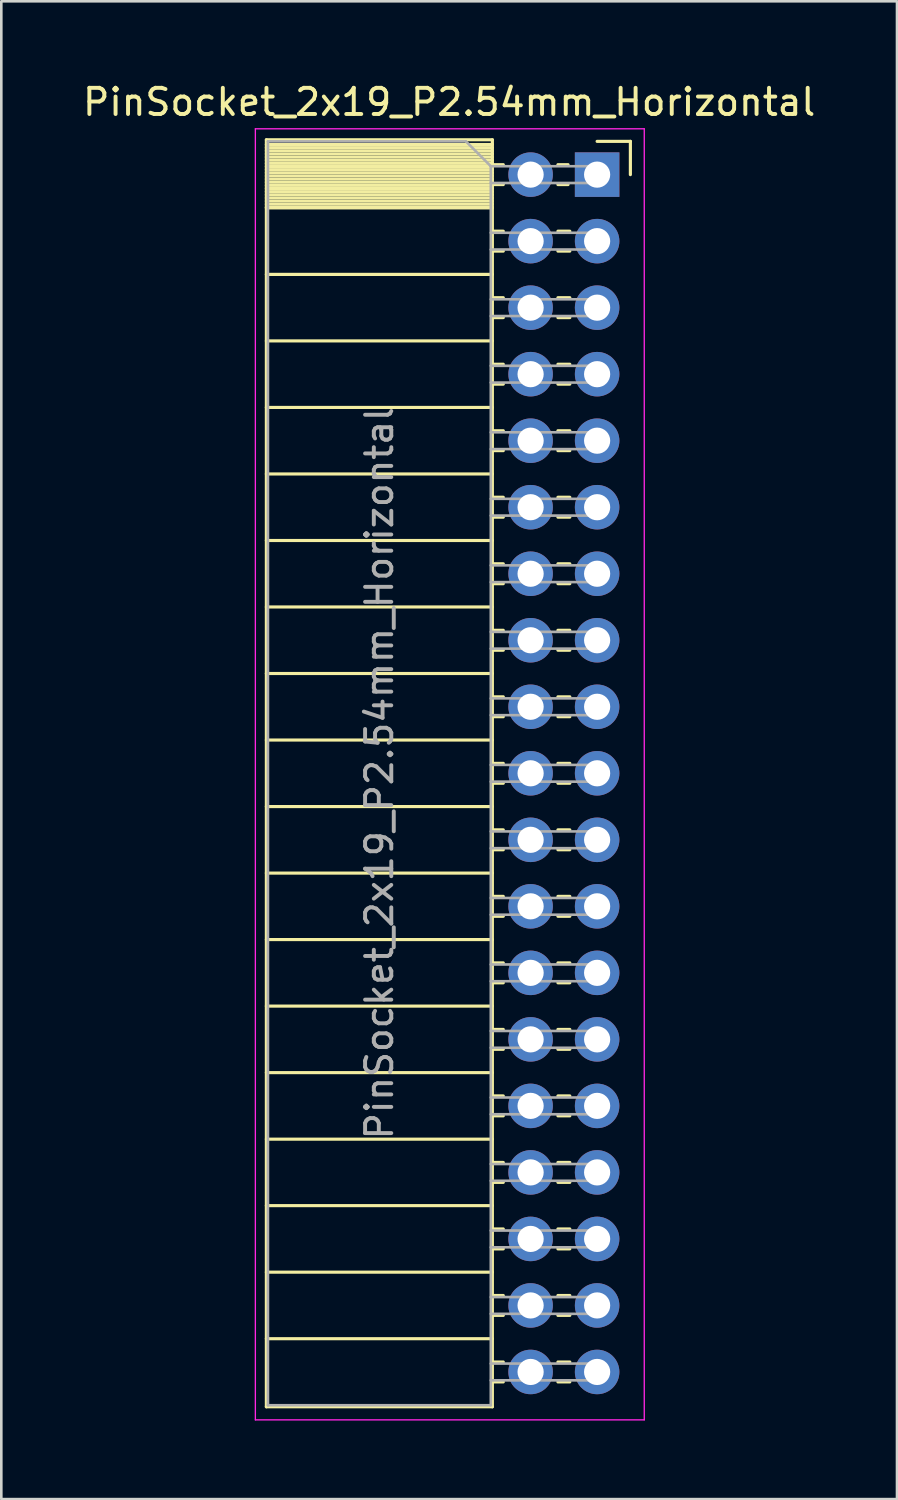
<source format=kicad_pcb>
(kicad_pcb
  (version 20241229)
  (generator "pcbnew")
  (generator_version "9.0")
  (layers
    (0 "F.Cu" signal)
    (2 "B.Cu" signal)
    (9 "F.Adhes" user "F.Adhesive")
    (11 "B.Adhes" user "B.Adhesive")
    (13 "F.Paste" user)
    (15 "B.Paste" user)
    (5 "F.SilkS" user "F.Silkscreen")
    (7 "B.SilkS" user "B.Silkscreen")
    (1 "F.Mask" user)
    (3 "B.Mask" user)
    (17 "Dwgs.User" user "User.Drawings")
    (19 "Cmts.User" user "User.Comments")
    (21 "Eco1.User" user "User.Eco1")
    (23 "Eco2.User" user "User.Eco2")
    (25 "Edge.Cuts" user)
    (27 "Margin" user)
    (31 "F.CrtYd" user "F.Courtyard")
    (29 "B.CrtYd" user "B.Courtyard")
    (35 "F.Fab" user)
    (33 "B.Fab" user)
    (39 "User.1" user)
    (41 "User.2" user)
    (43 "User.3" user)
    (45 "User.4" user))
  (footprint "PinSocket_2x19_P2.54mm_Horizontal"
    (layer "F.Cu")
    (at 19.751 3.618)
    (property "Reference" "PinSocket_2x19_P2.54mm_Horizontal" (at -5.65 -2.77 0) (layer "F.SilkS") (effects (font (size 1 1) (thickness 0.15))))
    (attr through_hole)
    (fp_line (start -12.63 -1.33) (end -12.63 47.05) (stroke (width 0.12) (type solid)) (layer "F.SilkS"))
    (fp_line (start -12.63 -1.33) (end -4 -1.33) (stroke (width 0.12) (type solid)) (layer "F.SilkS"))
    (fp_line (start -12.63 -1.15) (end -4 -1.15) (stroke (width 0.12) (type solid)) (layer "F.SilkS"))
    (fp_line (start -12.63 -1.03) (end -4 -1.03) (stroke (width 0.12) (type solid)) (layer "F.SilkS"))
    (fp_line (start -12.63 -0.91) (end -4 -0.91) (stroke (width 0.12) (type solid)) (layer "F.SilkS"))
    (fp_line (start -12.63 -0.79) (end -4 -0.79) (stroke (width 0.12) (type solid)) (layer "F.SilkS"))
    (fp_line (start -12.63 -0.67) (end -4 -0.67) (stroke (width 0.12) (type solid)) (layer "F.SilkS"))
    (fp_line (start -12.63 -0.55) (end -4 -0.55) (stroke (width 0.12) (type solid)) (layer "F.SilkS"))
    (fp_line (start -12.63 -0.43) (end -4 -0.43) (stroke (width 0.12) (type solid)) (layer "F.SilkS"))
    (fp_line (start -12.63 -0.31) (end -4 -0.31) (stroke (width 0.12) (type solid)) (layer "F.SilkS"))
    (fp_line (start -12.63 -0.19) (end -4 -0.19) (stroke (width 0.12) (type solid)) (layer "F.SilkS"))
    (fp_line (start -12.63 -0.07) (end -4 -0.07) (stroke (width 0.12) (type solid)) (layer "F.SilkS"))
    (fp_line (start -12.63 0.05) (end -4 0.05) (stroke (width 0.12) (type solid)) (layer "F.SilkS"))
    (fp_line (start -12.63 0.17) (end -4 0.17) (stroke (width 0.12) (type solid)) (layer "F.SilkS"))
    (fp_line (start -12.63 0.29) (end -4 0.29) (stroke (width 0.12) (type solid)) (layer "F.SilkS"))
    (fp_line (start -12.63 0.41) (end -4 0.41) (stroke (width 0.12) (type solid)) (layer "F.SilkS"))
    (fp_line (start -12.63 0.53) (end -4 0.53) (stroke (width 0.12) (type solid)) (layer "F.SilkS"))
    (fp_line (start -12.63 0.65) (end -4 0.65) (stroke (width 0.12) (type solid)) (layer "F.SilkS"))
    (fp_line (start -12.63 0.77) (end -4 0.77) (stroke (width 0.12) (type solid)) (layer "F.SilkS"))
    (fp_line (start -12.63 0.89) (end -4 0.89) (stroke (width 0.12) (type solid)) (layer "F.SilkS"))
    (fp_line (start -12.63 1.01) (end -4 1.01) (stroke (width 0.12) (type solid)) (layer "F.SilkS"))
    (fp_line (start -12.63 1.13) (end -4 1.13) (stroke (width 0.12) (type solid)) (layer "F.SilkS"))
    (fp_line (start -12.63 1.25) (end -4 1.25) (stroke (width 0.12) (type solid)) (layer "F.SilkS"))
    (fp_line (start -12.63 1.27) (end -4 1.27) (stroke (width 0.12) (type solid)) (layer "F.SilkS"))
    (fp_line (start -12.63 3.81) (end -4 3.81) (stroke (width 0.12) (type solid)) (layer "F.SilkS"))
    (fp_line (start -12.63 6.35) (end -4 6.35) (stroke (width 0.12) (type solid)) (layer "F.SilkS"))
    (fp_line (start -12.63 8.89) (end -4 8.89) (stroke (width 0.12) (type solid)) (layer "F.SilkS"))
    (fp_line (start -12.63 11.43) (end -4 11.43) (stroke (width 0.12) (type solid)) (layer "F.SilkS"))
    (fp_line (start -12.63 13.97) (end -4 13.97) (stroke (width 0.12) (type solid)) (layer "F.SilkS"))
    (fp_line (start -12.63 16.51) (end -4 16.51) (stroke (width 0.12) (type solid)) (layer "F.SilkS"))
    (fp_line (start -12.63 19.05) (end -4 19.05) (stroke (width 0.12) (type solid)) (layer "F.SilkS"))
    (fp_line (start -12.63 21.59) (end -4 21.59) (stroke (width 0.12) (type solid)) (layer "F.SilkS"))
    (fp_line (start -12.63 24.13) (end -4 24.13) (stroke (width 0.12) (type solid)) (layer "F.SilkS"))
    (fp_line (start -12.63 26.67) (end -4 26.67) (stroke (width 0.12) (type solid)) (layer "F.SilkS"))
    (fp_line (start -12.63 29.21) (end -4 29.21) (stroke (width 0.12) (type solid)) (layer "F.SilkS"))
    (fp_line (start -12.63 31.75) (end -4 31.75) (stroke (width 0.12) (type solid)) (layer "F.SilkS"))
    (fp_line (start -12.63 34.29) (end -4 34.29) (stroke (width 0.12) (type solid)) (layer "F.SilkS"))
    (fp_line (start -12.63 36.83) (end -4 36.83) (stroke (width 0.12) (type solid)) (layer "F.SilkS"))
    (fp_line (start -12.63 39.37) (end -4 39.37) (stroke (width 0.12) (type solid)) (layer "F.SilkS"))
    (fp_line (start -12.63 41.91) (end -4 41.91) (stroke (width 0.12) (type solid)) (layer "F.SilkS"))
    (fp_line (start -12.63 44.45) (end -4 44.45) (stroke (width 0.12) (type solid)) (layer "F.SilkS"))
    (fp_line (start -12.63 47.05) (end -4 47.05) (stroke (width 0.12) (type solid)) (layer "F.SilkS"))
    (fp_line (start -4 -1.33) (end -4 47.05) (stroke (width 0.12) (type solid)) (layer "F.SilkS"))
    (fp_line (start -4 -0.38) (end -3.583 -0.38) (stroke (width 0.12) (type solid)) (layer "F.SilkS"))
    (fp_line (start -4 0.38) (end -3.583 0.38) (stroke (width 0.12) (type solid)) (layer "F.SilkS"))
    (fp_line (start -4 2.16) (end -3.583 2.16) (stroke (width 0.12) (type solid)) (layer "F.SilkS"))
    (fp_line (start -4 2.92) (end -3.583 2.92) (stroke (width 0.12) (type solid)) (layer "F.SilkS"))
    (fp_line (start -4 4.7) (end -3.583 4.7) (stroke (width 0.12) (type solid)) (layer "F.SilkS"))
    (fp_line (start -4 5.46) (end -3.583 5.46) (stroke (width 0.12) (type solid)) (layer "F.SilkS"))
    (fp_line (start -4 7.24) (end -3.583 7.24) (stroke (width 0.12) (type solid)) (layer "F.SilkS"))
    (fp_line (start -4 8) (end -3.583 8) (stroke (width 0.12) (type solid)) (layer "F.SilkS"))
    (fp_line (start -4 9.78) (end -3.583 9.78) (stroke (width 0.12) (type solid)) (layer "F.SilkS"))
    (fp_line (start -4 10.54) (end -3.583 10.54) (stroke (width 0.12) (type solid)) (layer "F.SilkS"))
    (fp_line (start -4 12.32) (end -3.583 12.32) (stroke (width 0.12) (type solid)) (layer "F.SilkS"))
    (fp_line (start -4 13.08) (end -3.583 13.08) (stroke (width 0.12) (type solid)) (layer "F.SilkS"))
    (fp_line (start -4 14.86) (end -3.583 14.86) (stroke (width 0.12) (type solid)) (layer "F.SilkS"))
    (fp_line (start -4 15.62) (end -3.583 15.62) (stroke (width 0.12) (type solid)) (layer "F.SilkS"))
    (fp_line (start -4 17.4) (end -3.583 17.4) (stroke (width 0.12) (type solid)) (layer "F.SilkS"))
    (fp_line (start -4 18.16) (end -3.583 18.16) (stroke (width 0.12) (type solid)) (layer "F.SilkS"))
    (fp_line (start -4 19.94) (end -3.583 19.94) (stroke (width 0.12) (type solid)) (layer "F.SilkS"))
    (fp_line (start -4 20.7) (end -3.583 20.7) (stroke (width 0.12) (type solid)) (layer "F.SilkS"))
    (fp_line (start -4 22.48) (end -3.583 22.48) (stroke (width 0.12) (type solid)) (layer "F.SilkS"))
    (fp_line (start -4 23.24) (end -3.583 23.24) (stroke (width 0.12) (type solid)) (layer "F.SilkS"))
    (fp_line (start -4 25.02) (end -3.583 25.02) (stroke (width 0.12) (type solid)) (layer "F.SilkS"))
    (fp_line (start -4 25.78) (end -3.583 25.78) (stroke (width 0.12) (type solid)) (layer "F.SilkS"))
    (fp_line (start -4 27.56) (end -3.583 27.56) (stroke (width 0.12) (type solid)) (layer "F.SilkS"))
    (fp_line (start -4 28.32) (end -3.583 28.32) (stroke (width 0.12) (type solid)) (layer "F.SilkS"))
    (fp_line (start -4 30.1) (end -3.583 30.1) (stroke (width 0.12) (type solid)) (layer "F.SilkS"))
    (fp_line (start -4 30.86) (end -3.583 30.86) (stroke (width 0.12) (type solid)) (layer "F.SilkS"))
    (fp_line (start -4 32.64) (end -3.583 32.64) (stroke (width 0.12) (type solid)) (layer "F.SilkS"))
    (fp_line (start -4 33.4) (end -3.583 33.4) (stroke (width 0.12) (type solid)) (layer "F.SilkS"))
    (fp_line (start -4 35.18) (end -3.583 35.18) (stroke (width 0.12) (type solid)) (layer "F.SilkS"))
    (fp_line (start -4 35.94) (end -3.583 35.94) (stroke (width 0.12) (type solid)) (layer "F.SilkS"))
    (fp_line (start -4 37.72) (end -3.583 37.72) (stroke (width 0.12) (type solid)) (layer "F.SilkS"))
    (fp_line (start -4 38.48) (end -3.583 38.48) (stroke (width 0.12) (type solid)) (layer "F.SilkS"))
    (fp_line (start -4 40.26) (end -3.583 40.26) (stroke (width 0.12) (type solid)) (layer "F.SilkS"))
    (fp_line (start -4 41.02) (end -3.583 41.02) (stroke (width 0.12) (type solid)) (layer "F.SilkS"))
    (fp_line (start -4 42.8) (end -3.583 42.8) (stroke (width 0.12) (type solid)) (layer "F.SilkS"))
    (fp_line (start -4 43.56) (end -3.583 43.56) (stroke (width 0.12) (type solid)) (layer "F.SilkS"))
    (fp_line (start -4 45.34) (end -3.583 45.34) (stroke (width 0.12) (type solid)) (layer "F.SilkS"))
    (fp_line (start -4 46.1) (end -3.583 46.1) (stroke (width 0.12) (type solid)) (layer "F.SilkS"))
    (fp_line (start -1.497 -0.38) (end -1.11 -0.38) (stroke (width 0.12) (type solid)) (layer "F.SilkS"))
    (fp_line (start -1.497 0.38) (end -1.11 0.38) (stroke (width 0.12) (type solid)) (layer "F.SilkS"))
    (fp_line (start -1.497 2.16) (end -1.043 2.16) (stroke (width 0.12) (type solid)) (layer "F.SilkS"))
    (fp_line (start -1.497 2.92) (end -1.043 2.92) (stroke (width 0.12) (type solid)) (layer "F.SilkS"))
    (fp_line (start -1.497 4.7) (end -1.043 4.7) (stroke (width 0.12) (type solid)) (layer "F.SilkS"))
    (fp_line (start -1.497 5.46) (end -1.043 5.46) (stroke (width 0.12) (type solid)) (layer "F.SilkS"))
    (fp_line (start -1.497 7.24) (end -1.043 7.24) (stroke (width 0.12) (type solid)) (layer "F.SilkS"))
    (fp_line (start -1.497 8) (end -1.043 8) (stroke (width 0.12) (type solid)) (layer "F.SilkS"))
    (fp_line (start -1.497 9.78) (end -1.043 9.78) (stroke (width 0.12) (type solid)) (layer "F.SilkS"))
    (fp_line (start -1.497 10.54) (end -1.043 10.54) (stroke (width 0.12) (type solid)) (layer "F.SilkS"))
    (fp_line (start -1.497 12.32) (end -1.043 12.32) (stroke (width 0.12) (type solid)) (layer "F.SilkS"))
    (fp_line (start -1.497 13.08) (end -1.043 13.08) (stroke (width 0.12) (type solid)) (layer "F.SilkS"))
    (fp_line (start -1.497 14.86) (end -1.043 14.86) (stroke (width 0.12) (type solid)) (layer "F.SilkS"))
    (fp_line (start -1.497 15.62) (end -1.043 15.62) (stroke (width 0.12) (type solid)) (layer "F.SilkS"))
    (fp_line (start -1.497 17.4) (end -1.043 17.4) (stroke (width 0.12) (type solid)) (layer "F.SilkS"))
    (fp_line (start -1.497 18.16) (end -1.043 18.16) (stroke (width 0.12) (type solid)) (layer "F.SilkS"))
    (fp_line (start -1.497 19.94) (end -1.043 19.94) (stroke (width 0.12) (type solid)) (layer "F.SilkS"))
    (fp_line (start -1.497 20.7) (end -1.043 20.7) (stroke (width 0.12) (type solid)) (layer "F.SilkS"))
    (fp_line (start -1.497 22.48) (end -1.043 22.48) (stroke (width 0.12) (type solid)) (layer "F.SilkS"))
    (fp_line (start -1.497 23.24) (end -1.043 23.24) (stroke (width 0.12) (type solid)) (layer "F.SilkS"))
    (fp_line (start -1.497 25.02) (end -1.043 25.02) (stroke (width 0.12) (type solid)) (layer "F.SilkS"))
    (fp_line (start -1.497 25.78) (end -1.043 25.78) (stroke (width 0.12) (type solid)) (layer "F.SilkS"))
    (fp_line (start -1.497 27.56) (end -1.043 27.56) (stroke (width 0.12) (type solid)) (layer "F.SilkS"))
    (fp_line (start -1.497 28.32) (end -1.043 28.32) (stroke (width 0.12) (type solid)) (layer "F.SilkS"))
    (fp_line (start -1.497 30.1) (end -1.043 30.1) (stroke (width 0.12) (type solid)) (layer "F.SilkS"))
    (fp_line (start -1.497 30.86) (end -1.043 30.86) (stroke (width 0.12) (type solid)) (layer "F.SilkS"))
    (fp_line (start -1.497 32.64) (end -1.043 32.64) (stroke (width 0.12) (type solid)) (layer "F.SilkS"))
    (fp_line (start -1.497 33.4) (end -1.043 33.4) (stroke (width 0.12) (type solid)) (layer "F.SilkS"))
    (fp_line (start -1.497 35.18) (end -1.043 35.18) (stroke (width 0.12) (type solid)) (layer "F.SilkS"))
    (fp_line (start -1.497 35.94) (end -1.043 35.94) (stroke (width 0.12) (type solid)) (layer "F.SilkS"))
    (fp_line (start -1.497 37.72) (end -1.043 37.72) (stroke (width 0.12) (type solid)) (layer "F.SilkS"))
    (fp_line (start -1.497 38.48) (end -1.043 38.48) (stroke (width 0.12) (type solid)) (layer "F.SilkS"))
    (fp_line (start -1.497 40.26) (end -1.043 40.26) (stroke (width 0.12) (type solid)) (layer "F.SilkS"))
    (fp_line (start -1.497 41.02) (end -1.043 41.02) (stroke (width 0.12) (type solid)) (layer "F.SilkS"))
    (fp_line (start -1.497 42.8) (end -1.043 42.8) (stroke (width 0.12) (type solid)) (layer "F.SilkS"))
    (fp_line (start -1.497 43.56) (end -1.043 43.56) (stroke (width 0.12) (type solid)) (layer "F.SilkS"))
    (fp_line (start -1.497 45.34) (end -1.043 45.34) (stroke (width 0.12) (type solid)) (layer "F.SilkS"))
    (fp_line (start -1.497 46.1) (end -1.043 46.1) (stroke (width 0.12) (type solid)) (layer "F.SilkS"))
    (fp_line (start 0 -1.27) (end 1.27 -1.27) (stroke (width 0.12) (type solid)) (layer "F.SilkS"))
    (fp_line (start 1.27 -1.27) (end 1.27 0) (stroke (width 0.12) (type solid)) (layer "F.SilkS"))
    (fp_line (start -13.05 -1.75) (end -13.05 47.55) (stroke (width 0.05) (type solid)) (layer "F.CrtYd"))
    (fp_line (start -13.05 47.55) (end 1.8 47.55) (stroke (width 0.05) (type solid)) (layer "F.CrtYd"))
    (fp_line (start 1.8 -1.75) (end -13.05 -1.75) (stroke (width 0.05) (type solid)) (layer "F.CrtYd"))
    (fp_line (start 1.8 47.55) (end 1.8 -1.75) (stroke (width 0.05) (type solid)) (layer "F.CrtYd"))
    (fp_line (start -12.57 -1.27) (end -5.01 -1.27) (stroke (width 0.1) (type solid)) (layer "F.Fab"))
    (fp_line (start -12.57 46.99) (end -12.57 -1.27) (stroke (width 0.1) (type solid)) (layer "F.Fab"))
    (fp_line (start -5.01 -1.27) (end -4.06 -0.32) (stroke (width 0.1) (type solid)) (layer "F.Fab"))
    (fp_line (start -4.06 -0.32) (end -4.06 46.99) (stroke (width 0.1) (type solid)) (layer "F.Fab"))
    (fp_line (start -4.06 0.32) (end 0 0.32) (stroke (width 0.1) (type solid)) (layer "F.Fab"))
    (fp_line (start -4.06 2.86) (end 0 2.86) (stroke (width 0.1) (type solid)) (layer "F.Fab"))
    (fp_line (start -4.06 5.4) (end 0 5.4) (stroke (width 0.1) (type solid)) (layer "F.Fab"))
    (fp_line (start -4.06 7.94) (end 0 7.94) (stroke (width 0.1) (type solid)) (layer "F.Fab"))
    (fp_line (start -4.06 10.48) (end 0 10.48) (stroke (width 0.1) (type solid)) (layer "F.Fab"))
    (fp_line (start -4.06 13.02) (end 0 13.02) (stroke (width 0.1) (type solid)) (layer "F.Fab"))
    (fp_line (start -4.06 15.56) (end 0 15.56) (stroke (width 0.1) (type solid)) (layer "F.Fab"))
    (fp_line (start -4.06 18.1) (end 0 18.1) (stroke (width 0.1) (type solid)) (layer "F.Fab"))
    (fp_line (start -4.06 20.64) (end 0 20.64) (stroke (width 0.1) (type solid)) (layer "F.Fab"))
    (fp_line (start -4.06 23.18) (end 0 23.18) (stroke (width 0.1) (type solid)) (layer "F.Fab"))
    (fp_line (start -4.06 25.72) (end 0 25.72) (stroke (width 0.1) (type solid)) (layer "F.Fab"))
    (fp_line (start -4.06 28.26) (end 0 28.26) (stroke (width 0.1) (type solid)) (layer "F.Fab"))
    (fp_line (start -4.06 30.8) (end 0 30.8) (stroke (width 0.1) (type solid)) (layer "F.Fab"))
    (fp_line (start -4.06 33.34) (end 0 33.34) (stroke (width 0.1) (type solid)) (layer "F.Fab"))
    (fp_line (start -4.06 35.88) (end 0 35.88) (stroke (width 0.1) (type solid)) (layer "F.Fab"))
    (fp_line (start -4.06 38.42) (end 0 38.42) (stroke (width 0.1) (type solid)) (layer "F.Fab"))
    (fp_line (start -4.06 40.96) (end 0 40.96) (stroke (width 0.1) (type solid)) (layer "F.Fab"))
    (fp_line (start -4.06 43.5) (end 0 43.5) (stroke (width 0.1) (type solid)) (layer "F.Fab"))
    (fp_line (start -4.06 46.04) (end 0 46.04) (stroke (width 0.1) (type solid)) (layer "F.Fab"))
    (fp_line (start -4.06 46.99) (end -12.57 46.99) (stroke (width 0.1) (type solid)) (layer "F.Fab"))
    (fp_line (start 0 -0.32) (end -4.06 -0.32) (stroke (width 0.1) (type solid)) (layer "F.Fab"))
    (fp_line (start 0 0.32) (end 0 -0.32) (stroke (width 0.1) (type solid)) (layer "F.Fab"))
    (fp_line (start 0 2.22) (end -4.06 2.22) (stroke (width 0.1) (type solid)) (layer "F.Fab"))
    (fp_line (start 0 2.86) (end 0 2.22) (stroke (width 0.1) (type solid)) (layer "F.Fab"))
    (fp_line (start 0 4.76) (end -4.06 4.76) (stroke (width 0.1) (type solid)) (layer "F.Fab"))
    (fp_line (start 0 5.4) (end 0 4.76) (stroke (width 0.1) (type solid)) (layer "F.Fab"))
    (fp_line (start 0 7.3) (end -4.06 7.3) (stroke (width 0.1) (type solid)) (layer "F.Fab"))
    (fp_line (start 0 7.94) (end 0 7.3) (stroke (width 0.1) (type solid)) (layer "F.Fab"))
    (fp_line (start 0 9.84) (end -4.06 9.84) (stroke (width 0.1) (type solid)) (layer "F.Fab"))
    (fp_line (start 0 10.48) (end 0 9.84) (stroke (width 0.1) (type solid)) (layer "F.Fab"))
    (fp_line (start 0 12.38) (end -4.06 12.38) (stroke (width 0.1) (type solid)) (layer "F.Fab"))
    (fp_line (start 0 13.02) (end 0 12.38) (stroke (width 0.1) (type solid)) (layer "F.Fab"))
    (fp_line (start 0 14.92) (end -4.06 14.92) (stroke (width 0.1) (type solid)) (layer "F.Fab"))
    (fp_line (start 0 15.56) (end 0 14.92) (stroke (width 0.1) (type solid)) (layer "F.Fab"))
    (fp_line (start 0 17.46) (end -4.06 17.46) (stroke (width 0.1) (type solid)) (layer "F.Fab"))
    (fp_line (start 0 18.1) (end 0 17.46) (stroke (width 0.1) (type solid)) (layer "F.Fab"))
    (fp_line (start 0 20) (end -4.06 20) (stroke (width 0.1) (type solid)) (layer "F.Fab"))
    (fp_line (start 0 20.64) (end 0 20) (stroke (width 0.1) (type solid)) (layer "F.Fab"))
    (fp_line (start 0 22.54) (end -4.06 22.54) (stroke (width 0.1) (type solid)) (layer "F.Fab"))
    (fp_line (start 0 23.18) (end 0 22.54) (stroke (width 0.1) (type solid)) (layer "F.Fab"))
    (fp_line (start 0 25.08) (end -4.06 25.08) (stroke (width 0.1) (type solid)) (layer "F.Fab"))
    (fp_line (start 0 25.72) (end 0 25.08) (stroke (width 0.1) (type solid)) (layer "F.Fab"))
    (fp_line (start 0 27.62) (end -4.06 27.62) (stroke (width 0.1) (type solid)) (layer "F.Fab"))
    (fp_line (start 0 28.26) (end 0 27.62) (stroke (width 0.1) (type solid)) (layer "F.Fab"))
    (fp_line (start 0 30.16) (end -4.06 30.16) (stroke (width 0.1) (type solid)) (layer "F.Fab"))
    (fp_line (start 0 30.8) (end 0 30.16) (stroke (width 0.1) (type solid)) (layer "F.Fab"))
    (fp_line (start 0 32.7) (end -4.06 32.7) (stroke (width 0.1) (type solid)) (layer "F.Fab"))
    (fp_line (start 0 33.34) (end 0 32.7) (stroke (width 0.1) (type solid)) (layer "F.Fab"))
    (fp_line (start 0 35.24) (end -4.06 35.24) (stroke (width 0.1) (type solid)) (layer "F.Fab"))
    (fp_line (start 0 35.88) (end 0 35.24) (stroke (width 0.1) (type solid)) (layer "F.Fab"))
    (fp_line (start 0 37.78) (end -4.06 37.78) (stroke (width 0.1) (type solid)) (layer "F.Fab"))
    (fp_line (start 0 38.42) (end 0 37.78) (stroke (width 0.1) (type solid)) (layer "F.Fab"))
    (fp_line (start 0 40.32) (end -4.06 40.32) (stroke (width 0.1) (type solid)) (layer "F.Fab"))
    (fp_line (start 0 40.96) (end 0 40.32) (stroke (width 0.1) (type solid)) (layer "F.Fab"))
    (fp_line (start 0 42.86) (end -4.06 42.86) (stroke (width 0.1) (type solid)) (layer "F.Fab"))
    (fp_line (start 0 43.5) (end 0 42.86) (stroke (width 0.1) (type solid)) (layer "F.Fab"))
    (fp_line (start 0 45.4) (end -4.06 45.4) (stroke (width 0.1) (type solid)) (layer "F.Fab"))
    (fp_line (start 0 46.04) (end 0 45.4) (stroke (width 0.1) (type solid)) (layer "F.Fab"))
    (fp_text user "${REFERENCE}" (at -8.315 22.86 90) (layer "F.Fab") (effects (font (size 1 1) (thickness 0.15))))
    (pad "1" thru_hole rect (at 0 0) (size 1.7 1.7) (drill 1) (layers "*.Cu" "*.Mask"))
    (pad "2" thru_hole oval (at -2.54 0) (size 1.7 1.7) (drill 1) (layers "*.Cu" "*.Mask"))
    (pad "3" thru_hole oval (at 0 2.54) (size 1.7 1.7) (drill 1) (layers "*.Cu" "*.Mask"))
    (pad "4" thru_hole oval (at -2.54 2.54) (size 1.7 1.7) (drill 1) (layers "*.Cu" "*.Mask"))
    (pad "5" thru_hole oval (at 0 5.08) (size 1.7 1.7) (drill 1) (layers "*.Cu" "*.Mask"))
    (pad "6" thru_hole oval (at -2.54 5.08) (size 1.7 1.7) (drill 1) (layers "*.Cu" "*.Mask"))
    (pad "7" thru_hole oval (at 0 7.62) (size 1.7 1.7) (drill 1) (layers "*.Cu" "*.Mask"))
    (pad "8" thru_hole oval (at -2.54 7.62) (size 1.7 1.7) (drill 1) (layers "*.Cu" "*.Mask"))
    (pad "9" thru_hole oval (at 0 10.16) (size 1.7 1.7) (drill 1) (layers "*.Cu" "*.Mask"))
    (pad "10" thru_hole oval (at -2.54 10.16) (size 1.7 1.7) (drill 1) (layers "*.Cu" "*.Mask"))
    (pad "11" thru_hole oval (at 0 12.7) (size 1.7 1.7) (drill 1) (layers "*.Cu" "*.Mask"))
    (pad "12" thru_hole oval (at -2.54 12.7) (size 1.7 1.7) (drill 1) (layers "*.Cu" "*.Mask"))
    (pad "13" thru_hole oval (at 0 15.24) (size 1.7 1.7) (drill 1) (layers "*.Cu" "*.Mask"))
    (pad "14" thru_hole oval (at -2.54 15.24) (size 1.7 1.7) (drill 1) (layers "*.Cu" "*.Mask"))
    (pad "15" thru_hole oval (at 0 17.78) (size 1.7 1.7) (drill 1) (layers "*.Cu" "*.Mask"))
    (pad "16" thru_hole oval (at -2.54 17.78) (size 1.7 1.7) (drill 1) (layers "*.Cu" "*.Mask"))
    (pad "17" thru_hole oval (at 0 20.32) (size 1.7 1.7) (drill 1) (layers "*.Cu" "*.Mask"))
    (pad "18" thru_hole oval (at -2.54 20.32) (size 1.7 1.7) (drill 1) (layers "*.Cu" "*.Mask"))
    (pad "19" thru_hole oval (at 0 22.86) (size 1.7 1.7) (drill 1) (layers "*.Cu" "*.Mask"))
    (pad "20" thru_hole oval (at -2.54 22.86) (size 1.7 1.7) (drill 1) (layers "*.Cu" "*.Mask"))
    (pad "21" thru_hole oval (at 0 25.4) (size 1.7 1.7) (drill 1) (layers "*.Cu" "*.Mask"))
    (pad "22" thru_hole oval (at -2.54 25.4) (size 1.7 1.7) (drill 1) (layers "*.Cu" "*.Mask"))
    (pad "23" thru_hole oval (at 0 27.94) (size 1.7 1.7) (drill 1) (layers "*.Cu" "*.Mask"))
    (pad "24" thru_hole oval (at -2.54 27.94) (size 1.7 1.7) (drill 1) (layers "*.Cu" "*.Mask"))
    (pad "25" thru_hole oval (at 0 30.48) (size 1.7 1.7) (drill 1) (layers "*.Cu" "*.Mask"))
    (pad "26" thru_hole oval (at -2.54 30.48) (size 1.7 1.7) (drill 1) (layers "*.Cu" "*.Mask"))
    (pad "27" thru_hole oval (at 0 33.02) (size 1.7 1.7) (drill 1) (layers "*.Cu" "*.Mask"))
    (pad "28" thru_hole oval (at -2.54 33.02) (size 1.7 1.7) (drill 1) (layers "*.Cu" "*.Mask"))
    (pad "29" thru_hole oval (at 0 35.56) (size 1.7 1.7) (drill 1) (layers "*.Cu" "*.Mask"))
    (pad "30" thru_hole oval (at -2.54 35.56) (size 1.7 1.7) (drill 1) (layers "*.Cu" "*.Mask"))
    (pad "31" thru_hole oval (at 0 38.1) (size 1.7 1.7) (drill 1) (layers "*.Cu" "*.Mask"))
    (pad "32" thru_hole oval (at -2.54 38.1) (size 1.7 1.7) (drill 1) (layers "*.Cu" "*.Mask"))
    (pad "33" thru_hole oval (at 0 40.64) (size 1.7 1.7) (drill 1) (layers "*.Cu" "*.Mask"))
    (pad "34" thru_hole oval (at -2.54 40.64) (size 1.7 1.7) (drill 1) (layers "*.Cu" "*.Mask"))
    (pad "35" thru_hole oval (at 0 43.18) (size 1.7 1.7) (drill 1) (layers "*.Cu" "*.Mask"))
    (pad "36" thru_hole oval (at -2.54 43.18) (size 1.7 1.7) (drill 1) (layers "*.Cu" "*.Mask"))
    (pad "37" thru_hole oval (at 0 45.72) (size 1.7 1.7) (drill 1) (layers "*.Cu" "*.Mask"))
    (pad "38" thru_hole oval (at -2.54 45.72) (size 1.7 1.7) (drill 1) (layers "*.Cu" "*.Mask")))
  (gr_rect
    (start -3 -3)
    (end 31.202 54.193)
    (stroke (width 0.1) (type default))
    (fill no)
    (layer "Edge.Cuts")))
</source>
